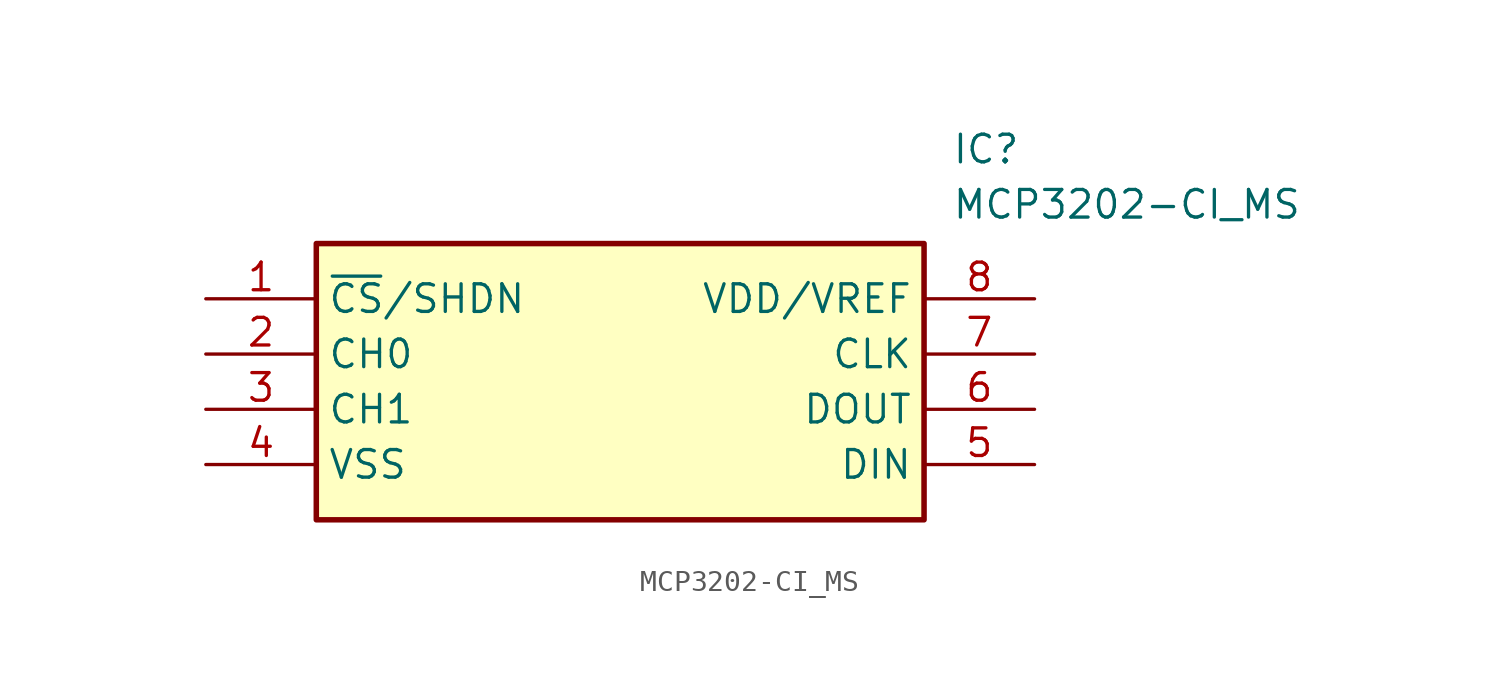
<source format=kicad_sym>
(kicad_symbol_lib
  (version 20211014)
  (generator SamacSys_ECAD_Model)
  (symbol "MCP3202-CI_MS"
    (property "Reference" "IC"
      (at 34.29 7.62 0)
      (effects (font (size 1.27 1.27)) (justify left top)))
    (property "Value" "MCP3202-CI_MS"
      (at 34.29 5.08 0)
      (effects (font (size 1.27 1.27)) (justify left top)))
    (rectangle
      (start 5.08 2.54)
      (end 33.02 -10.16)
      (stroke (width 0.254) (type default))
      (fill (type background)))
    (pin passive line
      (at 0 0 0)
      (length 5.08)
      (name "~{CS}/SHDN" (effects (font (size 1.27 1.27))))
      (number "1" (effects (font (size 1.27 1.27)))))
    (pin passive line
      (at 0 -2.54 0)
      (length 5.08)
      (name "CH0" (effects (font (size 1.27 1.27))))
      (number "2" (effects (font (size 1.27 1.27)))))
    (pin passive line
      (at 0 -5.08 0)
      (length 5.08)
      (name "CH1" (effects (font (size 1.27 1.27))))
      (number "3" (effects (font (size 1.27 1.27)))))
    (pin passive line
      (at 0 -7.62 0)
      (length 5.08)
      (name "VSS" (effects (font (size 1.27 1.27))))
      (number "4" (effects (font (size 1.27 1.27)))))
    (pin passive line
      (at 38.1 0 180)
      (length 5.08)
      (name "VDD/VREF" (effects (font (size 1.27 1.27))))
      (number "8" (effects (font (size 1.27 1.27)))))
    (pin passive line
      (at 38.1 -2.54 180)
      (length 5.08)
      (name "CLK" (effects (font (size 1.27 1.27))))
      (number "7" (effects (font (size 1.27 1.27)))))
    (pin passive line
      (at 38.1 -5.08 180)
      (length 5.08)
      (name "DOUT" (effects (font (size 1.27 1.27))))
      (number "6" (effects (font (size 1.27 1.27)))))
    (pin passive line
      (at 38.1 -7.62 180)
      (length 5.08)
      (name "DIN" (effects (font (size 1.27 1.27))))
      (number "5" (effects (font (size 1.27 1.27)))))))
</source>
